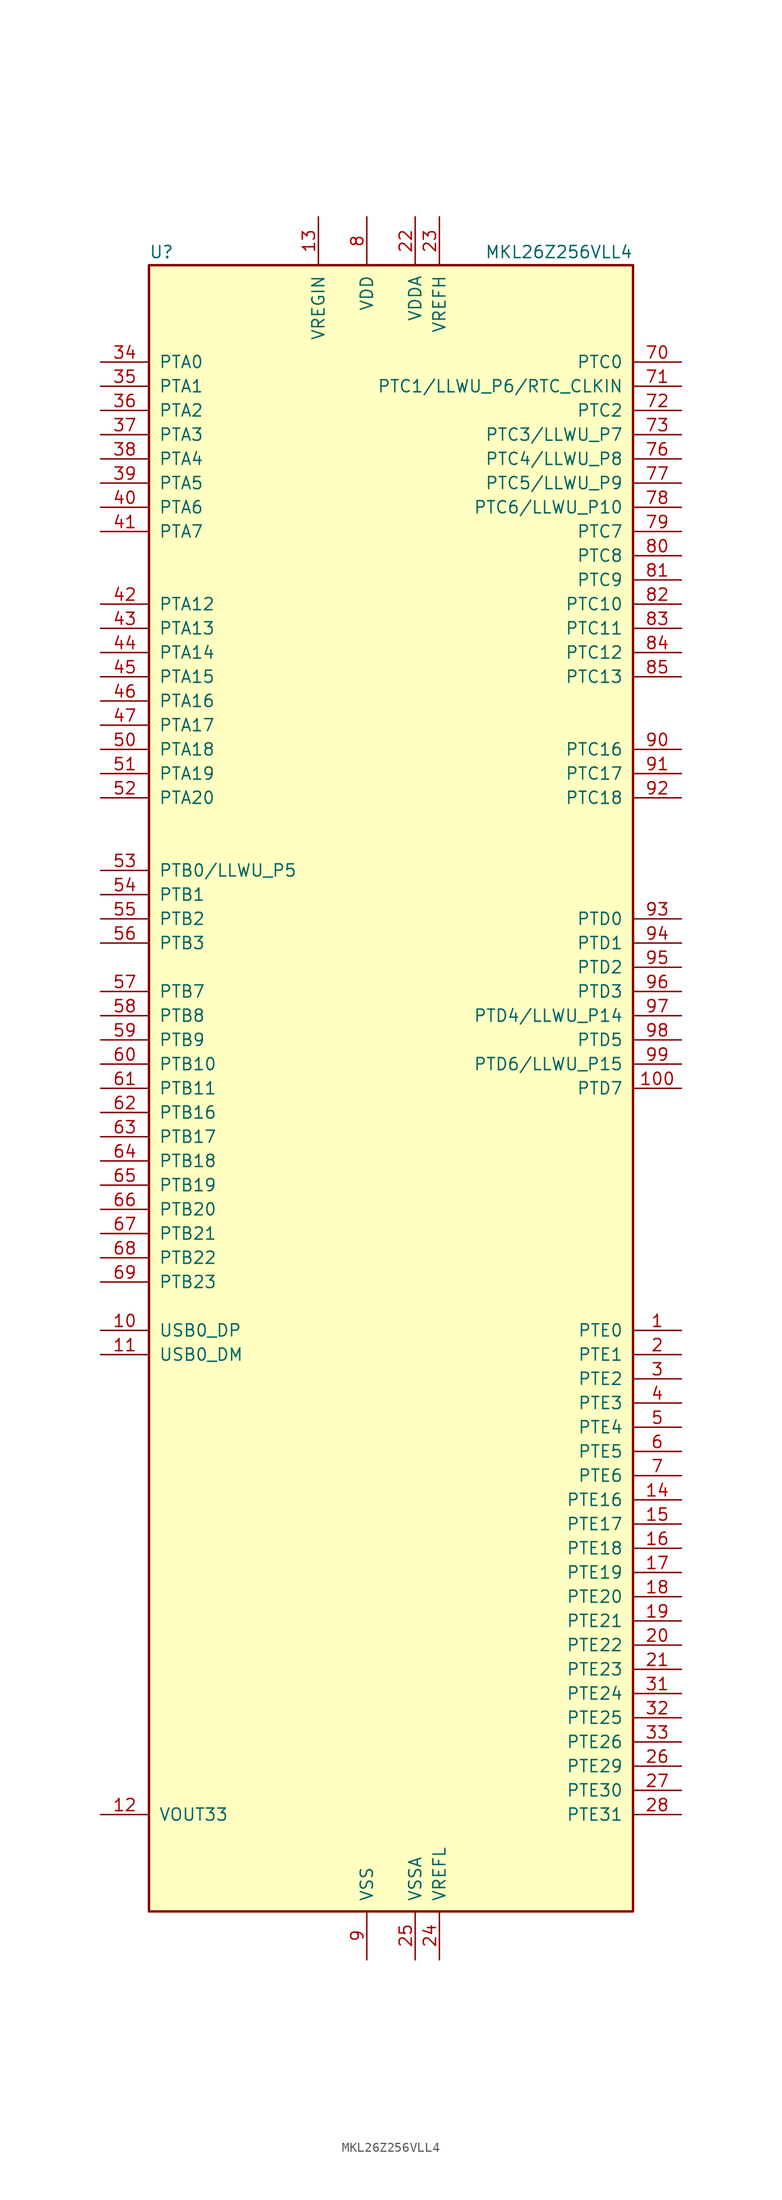
<source format=kicad_sym>
(kicad_symbol_lib
  (version 20231120)
  (generator "kicad_symbol_editor")
  (generator_version "8.0")
  (symbol "MKL26Z256VLL4"
    (pin_names
      (offset 1.016))
    (property "Reference" "U"
      (at -25.4 86.995 0)
      (effects (font (size 1.27 1.27)) (justify left bottom)))
    (property "Value" "MKL26Z256VLL4"
      (at 25.4 86.995 0)
      (effects (font (size 1.27 1.27)) (justify right bottom)))
    (symbol "MKL26Z256VLL4_0_1"
      (rectangle (start -25.4 86.36) (end 25.4 -86.36) (stroke (width 0.254) (type default)) (fill (type background))))
    (symbol "MKL26Z256VLL4_1_1"
      (pin bidirectional line (at 30.48 -25.4 180) (length 5.08) (name "PTE0" (effects (font (size 1.27 1.27)))) (number "1" (effects (font (size 1.27 1.27)))))
      (pin bidirectional line (at -30.48 -25.4 0) (length 5.08) (name "USB0_DP" (effects (font (size 1.27 1.27)))) (number "10" (effects (font (size 1.27 1.27)))))
      (pin bidirectional line (at 30.48 0 180) (length 5.08) (name "PTD7" (effects (font (size 1.27 1.27)))) (number "100" (effects (font (size 1.27 1.27)))))
      (pin bidirectional line (at -30.48 -27.94 0) (length 5.08) (name "USB0_DM" (effects (font (size 1.27 1.27)))) (number "11" (effects (font (size 1.27 1.27)))))
      (pin power_out line (at -30.48 -76.2 0) (length 5.08) (name "VOUT33" (effects (font (size 1.27 1.27)))) (number "12" (effects (font (size 1.27 1.27)))))
      (pin power_in line (at -7.62 91.44 270) (length 5.08) (name "VREGIN" (effects (font (size 1.27 1.27)))) (number "13" (effects (font (size 1.27 1.27)))))
      (pin bidirectional line (at 30.48 -43.18 180) (length 5.08) (name "PTE16" (effects (font (size 1.27 1.27)))) (number "14" (effects (font (size 1.27 1.27)))))
      (pin bidirectional line (at 30.48 -45.72 180) (length 5.08) (name "PTE17" (effects (font (size 1.27 1.27)))) (number "15" (effects (font (size 1.27 1.27)))))
      (pin bidirectional line (at 30.48 -48.26 180) (length 5.08) (name "PTE18" (effects (font (size 1.27 1.27)))) (number "16" (effects (font (size 1.27 1.27)))))
      (pin bidirectional line (at 30.48 -50.8 180) (length 5.08) (name "PTE19" (effects (font (size 1.27 1.27)))) (number "17" (effects (font (size 1.27 1.27)))))
      (pin bidirectional line (at 30.48 -53.34 180) (length 5.08) (name "PTE20" (effects (font (size 1.27 1.27)))) (number "18" (effects (font (size 1.27 1.27)))))
      (pin bidirectional line (at 30.48 -55.88 180) (length 5.08) (name "PTE21" (effects (font (size 1.27 1.27)))) (number "19" (effects (font (size 1.27 1.27)))))
      (pin bidirectional line (at 30.48 -27.94 180) (length 5.08) (name "PTE1" (effects (font (size 1.27 1.27)))) (number "2" (effects (font (size 1.27 1.27)))))
      (pin bidirectional line (at 30.48 -58.42 180) (length 5.08) (name "PTE22" (effects (font (size 1.27 1.27)))) (number "20" (effects (font (size 1.27 1.27)))))
      (pin bidirectional line (at 30.48 -60.96 180) (length 5.08) (name "PTE23" (effects (font (size 1.27 1.27)))) (number "21" (effects (font (size 1.27 1.27)))))
      (pin power_in line (at 2.54 91.44 270) (length 5.08) (name "VDDA" (effects (font (size 1.27 1.27)))) (number "22" (effects (font (size 1.27 1.27)))))
      (pin power_in line (at 5.08 91.44 270) (length 5.08) (name "VREFH" (effects (font (size 1.27 1.27)))) (number "23" (effects (font (size 1.27 1.27)))))
      (pin power_in line (at 5.08 -91.44 90) (length 5.08) (name "VREFL" (effects (font (size 1.27 1.27)))) (number "24" (effects (font (size 1.27 1.27)))))
      (pin power_in line (at 2.54 -91.44 90) (length 5.08) (name "VSSA" (effects (font (size 1.27 1.27)))) (number "25" (effects (font (size 1.27 1.27)))))
      (pin bidirectional line (at 30.48 -71.12 180) (length 5.08) (name "PTE29" (effects (font (size 1.27 1.27)))) (number "26" (effects (font (size 1.27 1.27)))))
      (pin bidirectional line (at 30.48 -73.66 180) (length 5.08) (name "PTE30" (effects (font (size 1.27 1.27)))) (number "27" (effects (font (size 1.27 1.27)))))
      (pin bidirectional line (at 30.48 -76.2 180) (length 5.08) (name "PTE31" (effects (font (size 1.27 1.27)))) (number "28" (effects (font (size 1.27 1.27)))))
      (pin passive line (at -2.54 -91.44 90) (length 5.08) hide (name "VSS" (effects (font (size 1.27 1.27)))) (number "29" (effects (font (size 1.27 1.27)))))
      (pin bidirectional line (at 30.48 -30.48 180) (length 5.08) (name "PTE2" (effects (font (size 1.27 1.27)))) (number "3" (effects (font (size 1.27 1.27)))))
      (pin passive line (at -2.54 91.44 270) (length 5.08) hide (name "VDD" (effects (font (size 1.27 1.27)))) (number "30" (effects (font (size 1.27 1.27)))))
      (pin bidirectional line (at 30.48 -63.5 180) (length 5.08) (name "PTE24" (effects (font (size 1.27 1.27)))) (number "31" (effects (font (size 1.27 1.27)))))
      (pin bidirectional line (at 30.48 -66.04 180) (length 5.08) (name "PTE25" (effects (font (size 1.27 1.27)))) (number "32" (effects (font (size 1.27 1.27)))))
      (pin bidirectional line (at 30.48 -68.58 180) (length 5.08) (name "PTE26" (effects (font (size 1.27 1.27)))) (number "33" (effects (font (size 1.27 1.27)))))
      (pin bidirectional line (at -30.48 76.2 0) (length 5.08) (name "PTA0" (effects (font (size 1.27 1.27)))) (number "34" (effects (font (size 1.27 1.27)))))
      (pin bidirectional line (at -30.48 73.66 0) (length 5.08) (name "PTA1" (effects (font (size 1.27 1.27)))) (number "35" (effects (font (size 1.27 1.27)))))
      (pin bidirectional line (at -30.48 71.12 0) (length 5.08) (name "PTA2" (effects (font (size 1.27 1.27)))) (number "36" (effects (font (size 1.27 1.27)))))
      (pin bidirectional line (at -30.48 68.58 0) (length 5.08) (name "PTA3" (effects (font (size 1.27 1.27)))) (number "37" (effects (font (size 1.27 1.27)))))
      (pin bidirectional line (at -30.48 66.04 0) (length 5.08) (name "PTA4" (effects (font (size 1.27 1.27)))) (number "38" (effects (font (size 1.27 1.27)))))
      (pin bidirectional line (at -30.48 63.5 0) (length 5.08) (name "PTA5" (effects (font (size 1.27 1.27)))) (number "39" (effects (font (size 1.27 1.27)))))
      (pin bidirectional line (at 30.48 -33.02 180) (length 5.08) (name "PTE3" (effects (font (size 1.27 1.27)))) (number "4" (effects (font (size 1.27 1.27)))))
      (pin bidirectional line (at -30.48 60.96 0) (length 5.08) (name "PTA6" (effects (font (size 1.27 1.27)))) (number "40" (effects (font (size 1.27 1.27)))))
      (pin bidirectional line (at -30.48 58.42 0) (length 5.08) (name "PTA7" (effects (font (size 1.27 1.27)))) (number "41" (effects (font (size 1.27 1.27)))))
      (pin bidirectional line (at -30.48 50.8 0) (length 5.08) (name "PTA12" (effects (font (size 1.27 1.27)))) (number "42" (effects (font (size 1.27 1.27)))))
      (pin bidirectional line (at -30.48 48.26 0) (length 5.08) (name "PTA13" (effects (font (size 1.27 1.27)))) (number "43" (effects (font (size 1.27 1.27)))))
      (pin bidirectional line (at -30.48 45.72 0) (length 5.08) (name "PTA14" (effects (font (size 1.27 1.27)))) (number "44" (effects (font (size 1.27 1.27)))))
      (pin bidirectional line (at -30.48 43.18 0) (length 5.08) (name "PTA15" (effects (font (size 1.27 1.27)))) (number "45" (effects (font (size 1.27 1.27)))))
      (pin bidirectional line (at -30.48 40.64 0) (length 5.08) (name "PTA16" (effects (font (size 1.27 1.27)))) (number "46" (effects (font (size 1.27 1.27)))))
      (pin bidirectional line (at -30.48 38.1 0) (length 5.08) (name "PTA17" (effects (font (size 1.27 1.27)))) (number "47" (effects (font (size 1.27 1.27)))))
      (pin passive line (at -2.54 91.44 270) (length 5.08) hide (name "VDD" (effects (font (size 1.27 1.27)))) (number "48" (effects (font (size 1.27 1.27)))))
      (pin passive line (at -2.54 -91.44 90) (length 5.08) hide (name "VSS" (effects (font (size 1.27 1.27)))) (number "49" (effects (font (size 1.27 1.27)))))
      (pin bidirectional line (at 30.48 -35.56 180) (length 5.08) (name "PTE4" (effects (font (size 1.27 1.27)))) (number "5" (effects (font (size 1.27 1.27)))))
      (pin bidirectional line (at -30.48 35.56 0) (length 5.08) (name "PTA18" (effects (font (size 1.27 1.27)))) (number "50" (effects (font (size 1.27 1.27)))))
      (pin bidirectional line (at -30.48 33.02 0) (length 5.08) (name "PTA19" (effects (font (size 1.27 1.27)))) (number "51" (effects (font (size 1.27 1.27)))))
      (pin bidirectional line (at -30.48 30.48 0) (length 5.08) (name "PTA20" (effects (font (size 1.27 1.27)))) (number "52" (effects (font (size 1.27 1.27)))))
      (pin bidirectional line (at -30.48 22.86 0) (length 5.08) (name "PTB0/LLWU_P5" (effects (font (size 1.27 1.27)))) (number "53" (effects (font (size 1.27 1.27)))))
      (pin bidirectional line (at -30.48 20.32 0) (length 5.08) (name "PTB1" (effects (font (size 1.27 1.27)))) (number "54" (effects (font (size 1.27 1.27)))))
      (pin bidirectional line (at -30.48 17.78 0) (length 5.08) (name "PTB2" (effects (font (size 1.27 1.27)))) (number "55" (effects (font (size 1.27 1.27)))))
      (pin bidirectional line (at -30.48 15.24 0) (length 5.08) (name "PTB3" (effects (font (size 1.27 1.27)))) (number "56" (effects (font (size 1.27 1.27)))))
      (pin bidirectional line (at -30.48 10.16 0) (length 5.08) (name "PTB7" (effects (font (size 1.27 1.27)))) (number "57" (effects (font (size 1.27 1.27)))))
      (pin bidirectional line (at -30.48 7.62 0) (length 5.08) (name "PTB8" (effects (font (size 1.27 1.27)))) (number "58" (effects (font (size 1.27 1.27)))))
      (pin bidirectional line (at -30.48 5.08 0) (length 5.08) (name "PTB9" (effects (font (size 1.27 1.27)))) (number "59" (effects (font (size 1.27 1.27)))))
      (pin bidirectional line (at 30.48 -38.1 180) (length 5.08) (name "PTE5" (effects (font (size 1.27 1.27)))) (number "6" (effects (font (size 1.27 1.27)))))
      (pin bidirectional line (at -30.48 2.54 0) (length 5.08) (name "PTB10" (effects (font (size 1.27 1.27)))) (number "60" (effects (font (size 1.27 1.27)))))
      (pin bidirectional line (at -30.48 0 0) (length 5.08) (name "PTB11" (effects (font (size 1.27 1.27)))) (number "61" (effects (font (size 1.27 1.27)))))
      (pin bidirectional line (at -30.48 -2.54 0) (length 5.08) (name "PTB16" (effects (font (size 1.27 1.27)))) (number "62" (effects (font (size 1.27 1.27)))))
      (pin bidirectional line (at -30.48 -5.08 0) (length 5.08) (name "PTB17" (effects (font (size 1.27 1.27)))) (number "63" (effects (font (size 1.27 1.27)))))
      (pin bidirectional line (at -30.48 -7.62 0) (length 5.08) (name "PTB18" (effects (font (size 1.27 1.27)))) (number "64" (effects (font (size 1.27 1.27)))))
      (pin bidirectional line (at -30.48 -10.16 0) (length 5.08) (name "PTB19" (effects (font (size 1.27 1.27)))) (number "65" (effects (font (size 1.27 1.27)))))
      (pin bidirectional line (at -30.48 -12.7 0) (length 5.08) (name "PTB20" (effects (font (size 1.27 1.27)))) (number "66" (effects (font (size 1.27 1.27)))))
      (pin bidirectional line (at -30.48 -15.24 0) (length 5.08) (name "PTB21" (effects (font (size 1.27 1.27)))) (number "67" (effects (font (size 1.27 1.27)))))
      (pin bidirectional line (at -30.48 -17.78 0) (length 5.08) (name "PTB22" (effects (font (size 1.27 1.27)))) (number "68" (effects (font (size 1.27 1.27)))))
      (pin bidirectional line (at -30.48 -20.32 0) (length 5.08) (name "PTB23" (effects (font (size 1.27 1.27)))) (number "69" (effects (font (size 1.27 1.27)))))
      (pin bidirectional line (at 30.48 -40.64 180) (length 5.08) (name "PTE6" (effects (font (size 1.27 1.27)))) (number "7" (effects (font (size 1.27 1.27)))))
      (pin bidirectional line (at 30.48 76.2 180) (length 5.08) (name "PTC0" (effects (font (size 1.27 1.27)))) (number "70" (effects (font (size 1.27 1.27)))))
      (pin bidirectional line (at 30.48 73.66 180) (length 5.08) (name "PTC1/LLWU_P6/RTC_CLKIN" (effects (font (size 1.27 1.27)))) (number "71" (effects (font (size 1.27 1.27)))))
      (pin bidirectional line (at 30.48 71.12 180) (length 5.08) (name "PTC2" (effects (font (size 1.27 1.27)))) (number "72" (effects (font (size 1.27 1.27)))))
      (pin bidirectional line (at 30.48 68.58 180) (length 5.08) (name "PTC3/LLWU_P7" (effects (font (size 1.27 1.27)))) (number "73" (effects (font (size 1.27 1.27)))))
      (pin passive line (at -2.54 -91.44 90) (length 5.08) hide (name "VSS" (effects (font (size 1.27 1.27)))) (number "74" (effects (font (size 1.27 1.27)))))
      (pin passive line (at -2.54 91.44 270) (length 5.08) hide (name "VDD" (effects (font (size 1.27 1.27)))) (number "75" (effects (font (size 1.27 1.27)))))
      (pin bidirectional line (at 30.48 66.04 180) (length 5.08) (name "PTC4/LLWU_P8" (effects (font (size 1.27 1.27)))) (number "76" (effects (font (size 1.27 1.27)))))
      (pin bidirectional line (at 30.48 63.5 180) (length 5.08) (name "PTC5/LLWU_P9" (effects (font (size 1.27 1.27)))) (number "77" (effects (font (size 1.27 1.27)))))
      (pin bidirectional line (at 30.48 60.96 180) (length 5.08) (name "PTC6/LLWU_P10" (effects (font (size 1.27 1.27)))) (number "78" (effects (font (size 1.27 1.27)))))
      (pin bidirectional line (at 30.48 58.42 180) (length 5.08) (name "PTC7" (effects (font (size 1.27 1.27)))) (number "79" (effects (font (size 1.27 1.27)))))
      (pin power_in line (at -2.54 91.44 270) (length 5.08) (name "VDD" (effects (font (size 1.27 1.27)))) (number "8" (effects (font (size 1.27 1.27)))))
      (pin bidirectional line (at 30.48 55.88 180) (length 5.08) (name "PTC8" (effects (font (size 1.27 1.27)))) (number "80" (effects (font (size 1.27 1.27)))))
      (pin bidirectional line (at 30.48 53.34 180) (length 5.08) (name "PTC9" (effects (font (size 1.27 1.27)))) (number "81" (effects (font (size 1.27 1.27)))))
      (pin bidirectional line (at 30.48 50.8 180) (length 5.08) (name "PTC10" (effects (font (size 1.27 1.27)))) (number "82" (effects (font (size 1.27 1.27)))))
      (pin bidirectional line (at 30.48 48.26 180) (length 5.08) (name "PTC11" (effects (font (size 1.27 1.27)))) (number "83" (effects (font (size 1.27 1.27)))))
      (pin bidirectional line (at 30.48 45.72 180) (length 5.08) (name "PTC12" (effects (font (size 1.27 1.27)))) (number "84" (effects (font (size 1.27 1.27)))))
      (pin bidirectional line (at 30.48 43.18 180) (length 5.08) (name "PTC13" (effects (font (size 1.27 1.27)))) (number "85" (effects (font (size 1.27 1.27)))))
      (pin no_connect line (at -25.4 -63.5 0) (length 5.08) hide (name "NC" (effects (font (size 1.27 1.27)))) (number "86" (effects (font (size 1.27 1.27)))))
      (pin no_connect line (at -25.4 -66.04 0) (length 5.08) hide (name "NC" (effects (font (size 1.27 1.27)))) (number "87" (effects (font (size 1.27 1.27)))))
      (pin no_connect line (at -25.4 -68.58 0) (length 5.08) hide (name "NC" (effects (font (size 1.27 1.27)))) (number "88" (effects (font (size 1.27 1.27)))))
      (pin no_connect line (at -25.4 -71.12 0) (length 5.08) hide (name "NC" (effects (font (size 1.27 1.27)))) (number "89" (effects (font (size 1.27 1.27)))))
      (pin power_in line (at -2.54 -91.44 90) (length 5.08) (name "VSS" (effects (font (size 1.27 1.27)))) (number "9" (effects (font (size 1.27 1.27)))))
      (pin bidirectional line (at 30.48 35.56 180) (length 5.08) (name "PTC16" (effects (font (size 1.27 1.27)))) (number "90" (effects (font (size 1.27 1.27)))))
      (pin bidirectional line (at 30.48 33.02 180) (length 5.08) (name "PTC17" (effects (font (size 1.27 1.27)))) (number "91" (effects (font (size 1.27 1.27)))))
      (pin bidirectional line (at 30.48 30.48 180) (length 5.08) (name "PTC18" (effects (font (size 1.27 1.27)))) (number "92" (effects (font (size 1.27 1.27)))))
      (pin bidirectional line (at 30.48 17.78 180) (length 5.08) (name "PTD0" (effects (font (size 1.27 1.27)))) (number "93" (effects (font (size 1.27 1.27)))))
      (pin bidirectional line (at 30.48 15.24 180) (length 5.08) (name "PTD1" (effects (font (size 1.27 1.27)))) (number "94" (effects (font (size 1.27 1.27)))))
      (pin bidirectional line (at 30.48 12.7 180) (length 5.08) (name "PTD2" (effects (font (size 1.27 1.27)))) (number "95" (effects (font (size 1.27 1.27)))))
      (pin bidirectional line (at 30.48 10.16 180) (length 5.08) (name "PTD3" (effects (font (size 1.27 1.27)))) (number "96" (effects (font (size 1.27 1.27)))))
      (pin bidirectional line (at 30.48 7.62 180) (length 5.08) (name "PTD4/LLWU_P14" (effects (font (size 1.27 1.27)))) (number "97" (effects (font (size 1.27 1.27)))))
      (pin bidirectional line (at 30.48 5.08 180) (length 5.08) (name "PTD5" (effects (font (size 1.27 1.27)))) (number "98" (effects (font (size 1.27 1.27)))))
      (pin bidirectional line (at 30.48 2.54 180) (length 5.08) (name "PTD6/LLWU_P15" (effects (font (size 1.27 1.27)))) (number "99" (effects (font (size 1.27 1.27))))))))
</source>
